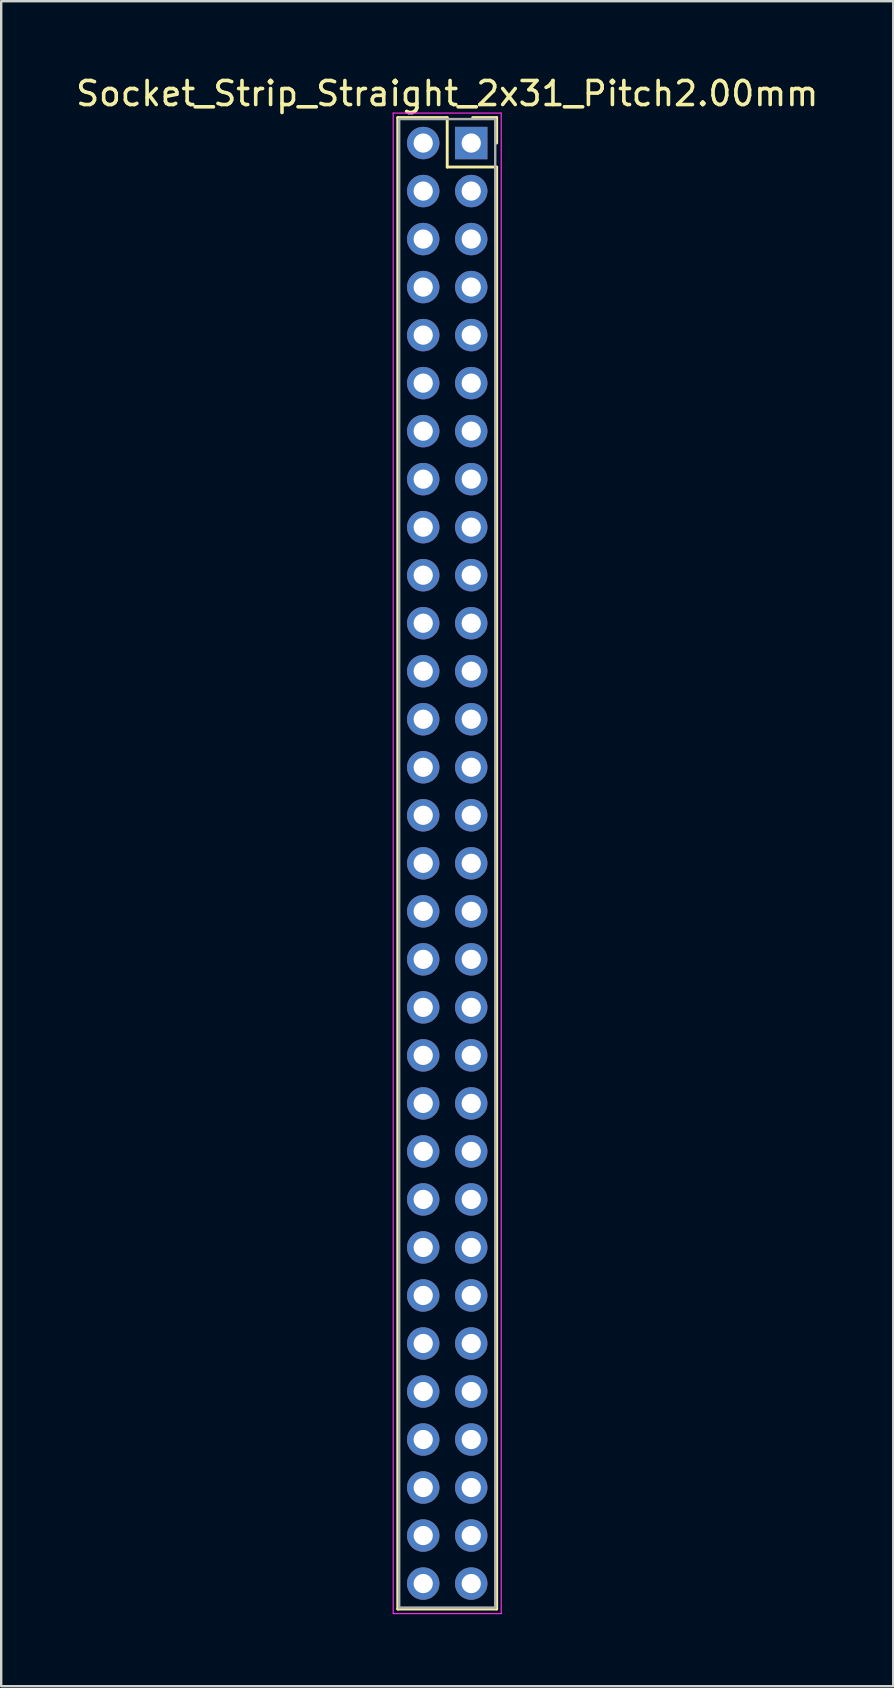
<source format=kicad_pcb>
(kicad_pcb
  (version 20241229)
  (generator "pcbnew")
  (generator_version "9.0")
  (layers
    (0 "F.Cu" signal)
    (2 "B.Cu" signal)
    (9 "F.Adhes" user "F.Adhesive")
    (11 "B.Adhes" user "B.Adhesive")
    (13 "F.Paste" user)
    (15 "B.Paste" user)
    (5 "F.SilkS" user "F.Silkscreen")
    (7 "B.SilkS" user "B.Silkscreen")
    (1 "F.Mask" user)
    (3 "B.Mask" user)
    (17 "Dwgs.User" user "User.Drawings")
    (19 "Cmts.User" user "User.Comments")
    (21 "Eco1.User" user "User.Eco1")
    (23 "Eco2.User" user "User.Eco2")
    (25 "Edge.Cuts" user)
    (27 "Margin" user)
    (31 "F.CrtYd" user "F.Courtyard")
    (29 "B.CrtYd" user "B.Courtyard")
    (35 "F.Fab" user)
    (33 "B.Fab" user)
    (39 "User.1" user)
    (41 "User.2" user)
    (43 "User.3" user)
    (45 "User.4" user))
  (footprint "Socket_Strip_Straight_2x31_Pitch2.00mm"
    (layer "F.Cu")
    (at 16.577 2.908)
    (property "Reference" "Socket_Strip_Straight_2x31_Pitch2.00mm" (at -1 -2.06 0) (layer "F.SilkS") (effects (font (size 1 1) (thickness 0.15))))
    (attr through_hole)
    (fp_line (start -3.06 -1.06) (end -1 -1.06) (stroke (width 0.12) (type solid)) (layer "F.SilkS"))
    (fp_line (start -3.06 61.06) (end -3.06 -1.06) (stroke (width 0.12) (type solid)) (layer "F.SilkS"))
    (fp_line (start -1 -1.06) (end -1 1) (stroke (width 0.12) (type solid)) (layer "F.SilkS"))
    (fp_line (start -1 1) (end 1.06 1) (stroke (width 0.12) (type solid)) (layer "F.SilkS"))
    (fp_line (start 1.06 -1.06) (end 0.06 -1.06) (stroke (width 0.12) (type solid)) (layer "F.SilkS"))
    (fp_line (start 1.06 0) (end 1.06 -1.06) (stroke (width 0.12) (type solid)) (layer "F.SilkS"))
    (fp_line (start 1.06 1) (end 1.06 61.06) (stroke (width 0.12) (type solid)) (layer "F.SilkS"))
    (fp_line (start 1.06 61.06) (end -3.06 61.06) (stroke (width 0.12) (type solid)) (layer "F.SilkS"))
    (fp_line (start -3.25 -1.25) (end -3.25 61.25) (stroke (width 0.05) (type solid)) (layer "F.CrtYd"))
    (fp_line (start -3.25 61.25) (end 1.25 61.25) (stroke (width 0.05) (type solid)) (layer "F.CrtYd"))
    (fp_line (start 1.25 -1.25) (end -3.25 -1.25) (stroke (width 0.05) (type solid)) (layer "F.CrtYd"))
    (fp_line (start 1.25 61.25) (end 1.25 -1.25) (stroke (width 0.05) (type solid)) (layer "F.CrtYd"))
    (fp_line (start -3 -1) (end -3 61) (stroke (width 0.1) (type solid)) (layer "F.Fab"))
    (fp_line (start -3 61) (end 1 61) (stroke (width 0.1) (type solid)) (layer "F.Fab"))
    (fp_line (start 1 -1) (end -3 -1) (stroke (width 0.1) (type solid)) (layer "F.Fab"))
    (fp_line (start 1 61) (end 1 -1) (stroke (width 0.1) (type solid)) (layer "F.Fab"))
    (pad "1" thru_hole rect (at 0 0) (size 1.35 1.35) (drill 0.8) (layers "*.Cu" "*.Mask"))
    (pad "2" thru_hole oval (at -2 0) (size 1.35 1.35) (drill 0.8) (layers "*.Cu" "*.Mask"))
    (pad "3" thru_hole oval (at 0 2) (size 1.35 1.35) (drill 0.8) (layers "*.Cu" "*.Mask"))
    (pad "4" thru_hole oval (at -2 2) (size 1.35 1.35) (drill 0.8) (layers "*.Cu" "*.Mask"))
    (pad "5" thru_hole oval (at 0 4) (size 1.35 1.35) (drill 0.8) (layers "*.Cu" "*.Mask"))
    (pad "6" thru_hole oval (at -2 4) (size 1.35 1.35) (drill 0.8) (layers "*.Cu" "*.Mask"))
    (pad "7" thru_hole oval (at 0 6) (size 1.35 1.35) (drill 0.8) (layers "*.Cu" "*.Mask"))
    (pad "8" thru_hole oval (at -2 6) (size 1.35 1.35) (drill 0.8) (layers "*.Cu" "*.Mask"))
    (pad "9" thru_hole oval (at 0 8) (size 1.35 1.35) (drill 0.8) (layers "*.Cu" "*.Mask"))
    (pad "10" thru_hole oval (at -2 8) (size 1.35 1.35) (drill 0.8) (layers "*.Cu" "*.Mask"))
    (pad "11" thru_hole oval (at 0 10) (size 1.35 1.35) (drill 0.8) (layers "*.Cu" "*.Mask"))
    (pad "12" thru_hole oval (at -2 10) (size 1.35 1.35) (drill 0.8) (layers "*.Cu" "*.Mask"))
    (pad "13" thru_hole oval (at 0 12) (size 1.35 1.35) (drill 0.8) (layers "*.Cu" "*.Mask"))
    (pad "14" thru_hole oval (at -2 12) (size 1.35 1.35) (drill 0.8) (layers "*.Cu" "*.Mask"))
    (pad "15" thru_hole oval (at 0 14) (size 1.35 1.35) (drill 0.8) (layers "*.Cu" "*.Mask"))
    (pad "16" thru_hole oval (at -2 14) (size 1.35 1.35) (drill 0.8) (layers "*.Cu" "*.Mask"))
    (pad "17" thru_hole oval (at 0 16) (size 1.35 1.35) (drill 0.8) (layers "*.Cu" "*.Mask"))
    (pad "18" thru_hole oval (at -2 16) (size 1.35 1.35) (drill 0.8) (layers "*.Cu" "*.Mask"))
    (pad "19" thru_hole oval (at 0 18) (size 1.35 1.35) (drill 0.8) (layers "*.Cu" "*.Mask"))
    (pad "20" thru_hole oval (at -2 18) (size 1.35 1.35) (drill 0.8) (layers "*.Cu" "*.Mask"))
    (pad "21" thru_hole oval (at 0 20) (size 1.35 1.35) (drill 0.8) (layers "*.Cu" "*.Mask"))
    (pad "22" thru_hole oval (at -2 20) (size 1.35 1.35) (drill 0.8) (layers "*.Cu" "*.Mask"))
    (pad "23" thru_hole oval (at 0 22) (size 1.35 1.35) (drill 0.8) (layers "*.Cu" "*.Mask"))
    (pad "24" thru_hole oval (at -2 22) (size 1.35 1.35) (drill 0.8) (layers "*.Cu" "*.Mask"))
    (pad "25" thru_hole oval (at 0 24) (size 1.35 1.35) (drill 0.8) (layers "*.Cu" "*.Mask"))
    (pad "26" thru_hole oval (at -2 24) (size 1.35 1.35) (drill 0.8) (layers "*.Cu" "*.Mask"))
    (pad "27" thru_hole oval (at 0 26) (size 1.35 1.35) (drill 0.8) (layers "*.Cu" "*.Mask"))
    (pad "28" thru_hole oval (at -2 26) (size 1.35 1.35) (drill 0.8) (layers "*.Cu" "*.Mask"))
    (pad "29" thru_hole oval (at 0 28) (size 1.35 1.35) (drill 0.8) (layers "*.Cu" "*.Mask"))
    (pad "30" thru_hole oval (at -2 28) (size 1.35 1.35) (drill 0.8) (layers "*.Cu" "*.Mask"))
    (pad "31" thru_hole oval (at 0 30) (size 1.35 1.35) (drill 0.8) (layers "*.Cu" "*.Mask"))
    (pad "32" thru_hole oval (at -2 30) (size 1.35 1.35) (drill 0.8) (layers "*.Cu" "*.Mask"))
    (pad "33" thru_hole oval (at 0 32) (size 1.35 1.35) (drill 0.8) (layers "*.Cu" "*.Mask"))
    (pad "34" thru_hole oval (at -2 32) (size 1.35 1.35) (drill 0.8) (layers "*.Cu" "*.Mask"))
    (pad "35" thru_hole oval (at 0 34) (size 1.35 1.35) (drill 0.8) (layers "*.Cu" "*.Mask"))
    (pad "36" thru_hole oval (at -2 34) (size 1.35 1.35) (drill 0.8) (layers "*.Cu" "*.Mask"))
    (pad "37" thru_hole oval (at 0 36) (size 1.35 1.35) (drill 0.8) (layers "*.Cu" "*.Mask"))
    (pad "38" thru_hole oval (at -2 36) (size 1.35 1.35) (drill 0.8) (layers "*.Cu" "*.Mask"))
    (pad "39" thru_hole oval (at 0 38) (size 1.35 1.35) (drill 0.8) (layers "*.Cu" "*.Mask"))
    (pad "40" thru_hole oval (at -2 38) (size 1.35 1.35) (drill 0.8) (layers "*.Cu" "*.Mask"))
    (pad "41" thru_hole oval (at 0 40) (size 1.35 1.35) (drill 0.8) (layers "*.Cu" "*.Mask"))
    (pad "42" thru_hole oval (at -2 40) (size 1.35 1.35) (drill 0.8) (layers "*.Cu" "*.Mask"))
    (pad "43" thru_hole oval (at 0 42) (size 1.35 1.35) (drill 0.8) (layers "*.Cu" "*.Mask"))
    (pad "44" thru_hole oval (at -2 42) (size 1.35 1.35) (drill 0.8) (layers "*.Cu" "*.Mask"))
    (pad "45" thru_hole oval (at 0 44) (size 1.35 1.35) (drill 0.8) (layers "*.Cu" "*.Mask"))
    (pad "46" thru_hole oval (at -2 44) (size 1.35 1.35) (drill 0.8) (layers "*.Cu" "*.Mask"))
    (pad "47" thru_hole oval (at 0 46) (size 1.35 1.35) (drill 0.8) (layers "*.Cu" "*.Mask"))
    (pad "48" thru_hole oval (at -2 46) (size 1.35 1.35) (drill 0.8) (layers "*.Cu" "*.Mask"))
    (pad "49" thru_hole oval (at 0 48) (size 1.35 1.35) (drill 0.8) (layers "*.Cu" "*.Mask"))
    (pad "50" thru_hole oval (at -2 48) (size 1.35 1.35) (drill 0.8) (layers "*.Cu" "*.Mask"))
    (pad "51" thru_hole oval (at 0 50) (size 1.35 1.35) (drill 0.8) (layers "*.Cu" "*.Mask"))
    (pad "52" thru_hole oval (at -2 50) (size 1.35 1.35) (drill 0.8) (layers "*.Cu" "*.Mask"))
    (pad "53" thru_hole oval (at 0 52) (size 1.35 1.35) (drill 0.8) (layers "*.Cu" "*.Mask"))
    (pad "54" thru_hole oval (at -2 52) (size 1.35 1.35) (drill 0.8) (layers "*.Cu" "*.Mask"))
    (pad "55" thru_hole oval (at 0 54) (size 1.35 1.35) (drill 0.8) (layers "*.Cu" "*.Mask"))
    (pad "56" thru_hole oval (at -2 54) (size 1.35 1.35) (drill 0.8) (layers "*.Cu" "*.Mask"))
    (pad "57" thru_hole oval (at 0 56) (size 1.35 1.35) (drill 0.8) (layers "*.Cu" "*.Mask"))
    (pad "58" thru_hole oval (at -2 56) (size 1.35 1.35) (drill 0.8) (layers "*.Cu" "*.Mask"))
    (pad "59" thru_hole oval (at 0 58) (size 1.35 1.35) (drill 0.8) (layers "*.Cu" "*.Mask"))
    (pad "60" thru_hole oval (at -2 58) (size 1.35 1.35) (drill 0.8) (layers "*.Cu" "*.Mask"))
    (pad "61" thru_hole oval (at 0 60) (size 1.35 1.35) (drill 0.8) (layers "*.Cu" "*.Mask"))
    (pad "62" thru_hole oval (at -2 60) (size 1.35 1.35) (drill 0.8) (layers "*.Cu" "*.Mask")))
  (gr_rect
    (start -3 -3)
    (end 34.155 67.183)
    (stroke (width 0.1) (type default))
    (fill no)
    (layer "Edge.Cuts")))
</source>
